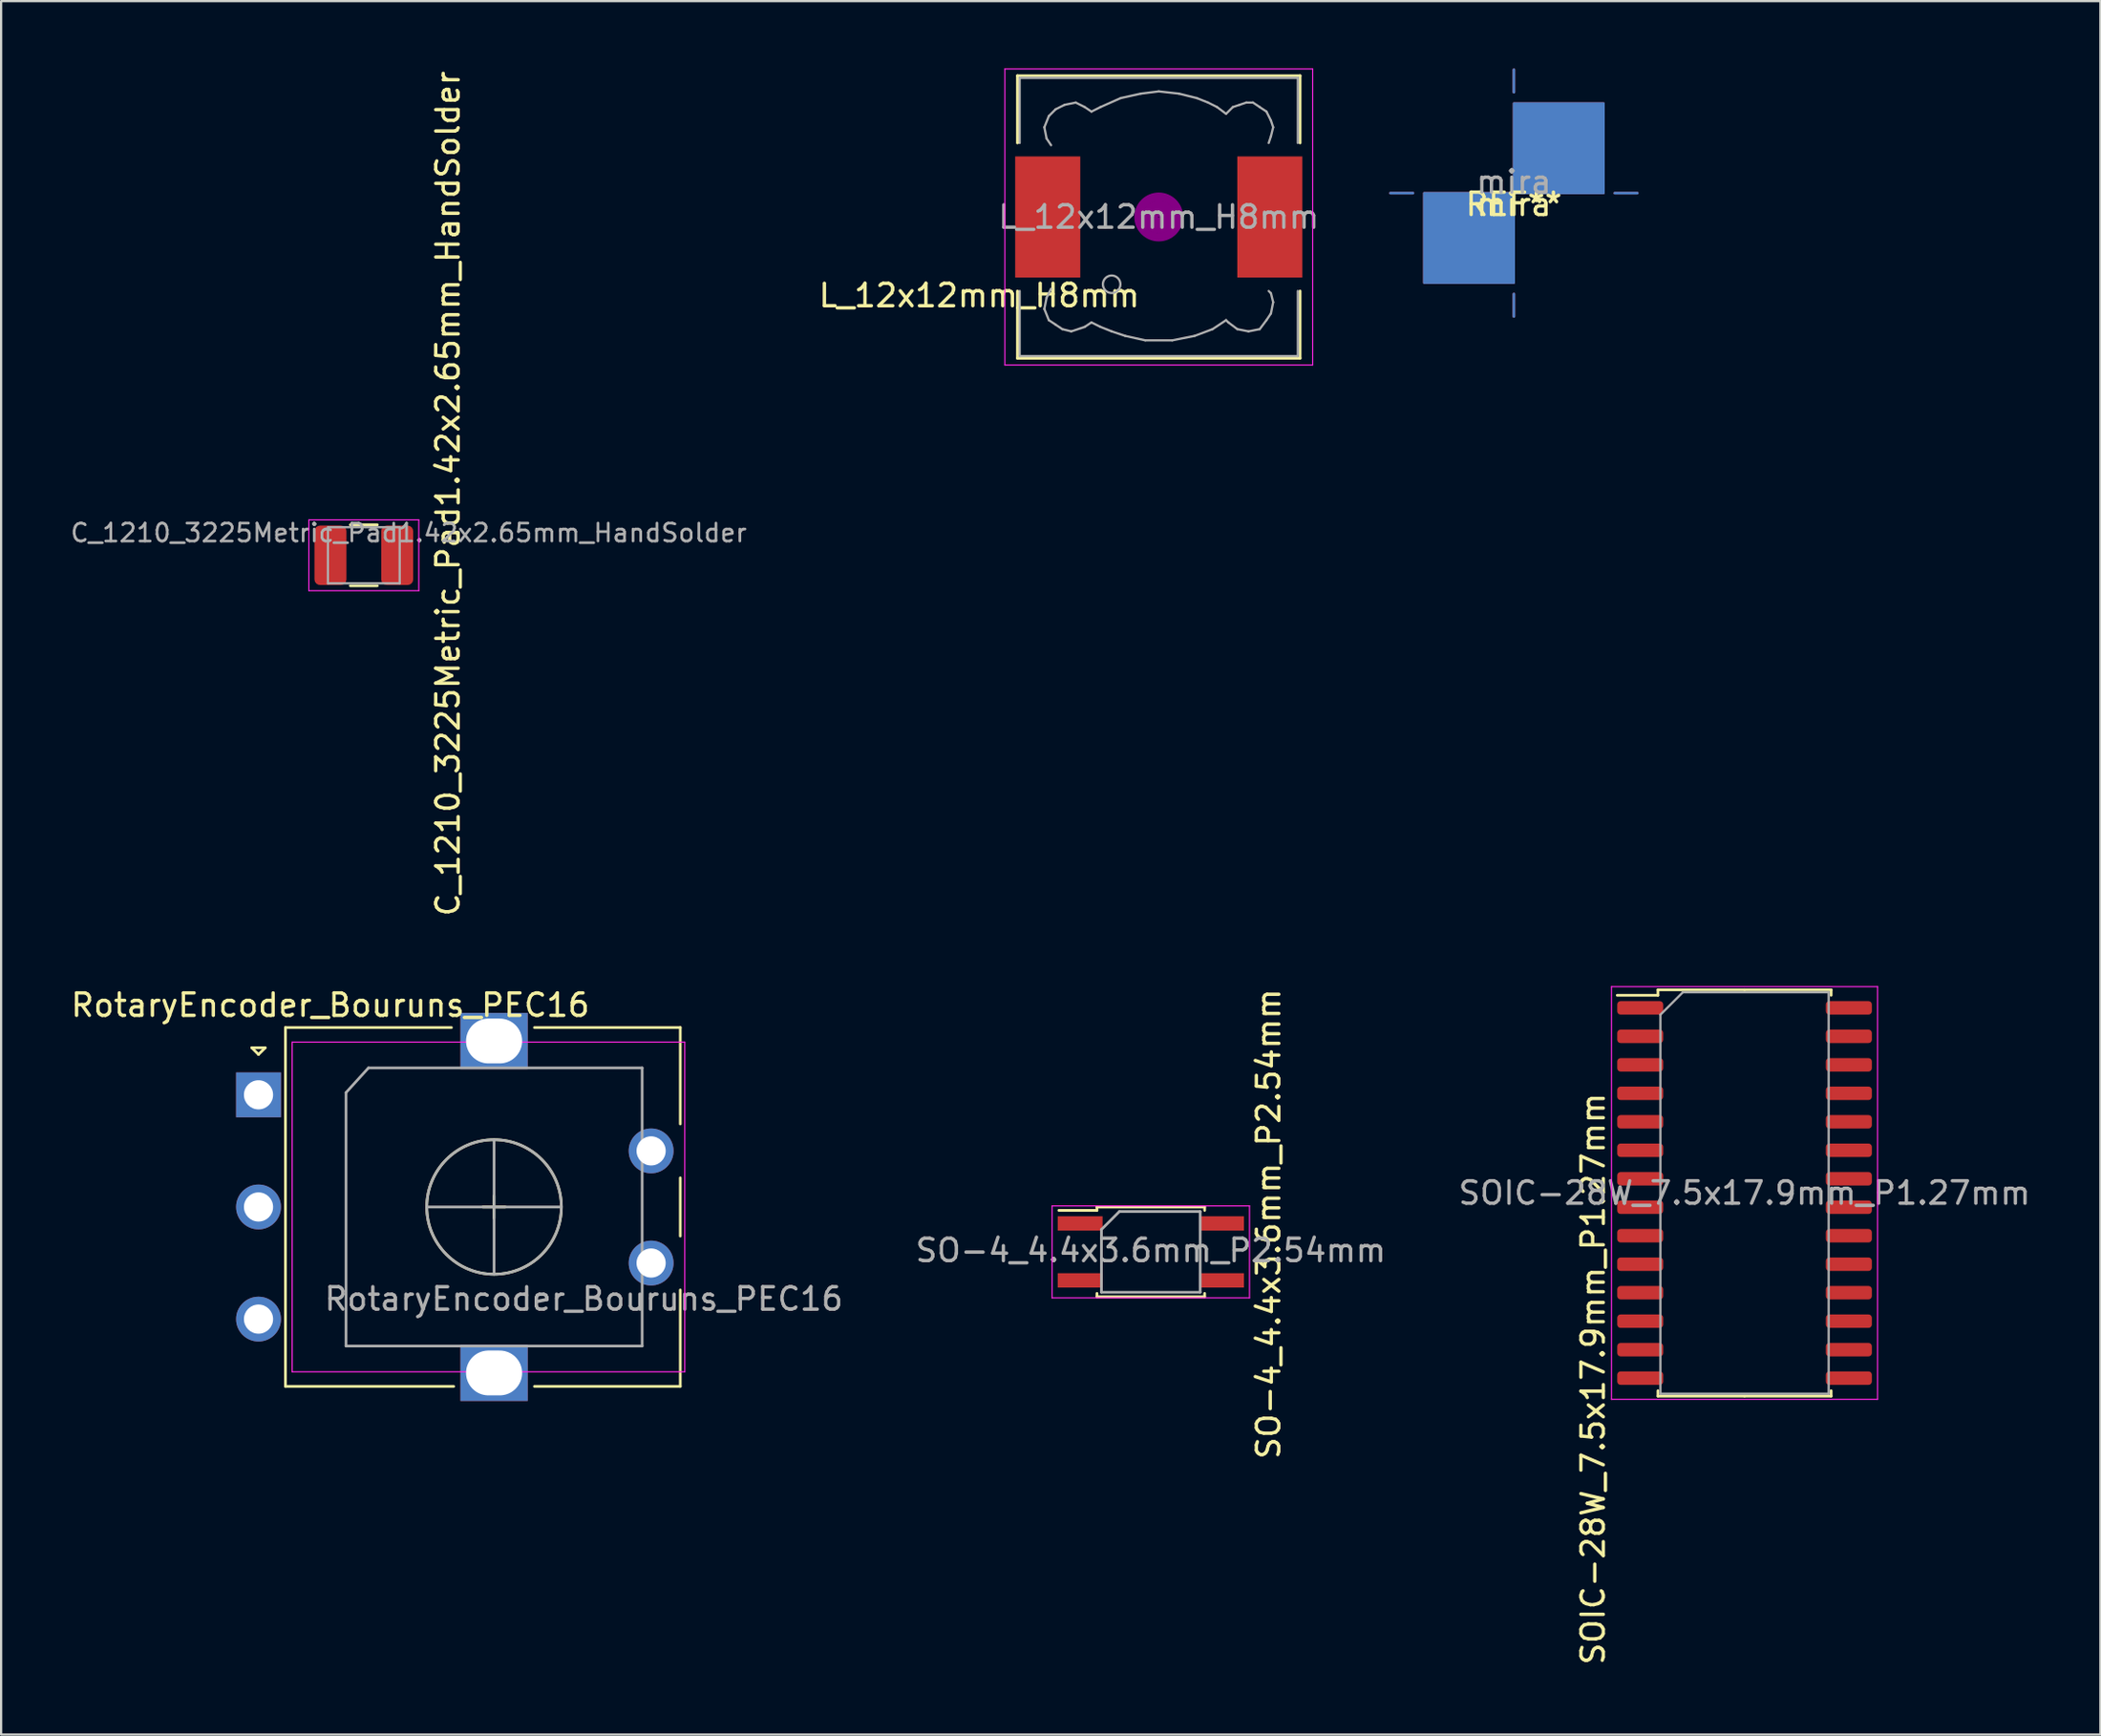
<source format=kicad_pcb>
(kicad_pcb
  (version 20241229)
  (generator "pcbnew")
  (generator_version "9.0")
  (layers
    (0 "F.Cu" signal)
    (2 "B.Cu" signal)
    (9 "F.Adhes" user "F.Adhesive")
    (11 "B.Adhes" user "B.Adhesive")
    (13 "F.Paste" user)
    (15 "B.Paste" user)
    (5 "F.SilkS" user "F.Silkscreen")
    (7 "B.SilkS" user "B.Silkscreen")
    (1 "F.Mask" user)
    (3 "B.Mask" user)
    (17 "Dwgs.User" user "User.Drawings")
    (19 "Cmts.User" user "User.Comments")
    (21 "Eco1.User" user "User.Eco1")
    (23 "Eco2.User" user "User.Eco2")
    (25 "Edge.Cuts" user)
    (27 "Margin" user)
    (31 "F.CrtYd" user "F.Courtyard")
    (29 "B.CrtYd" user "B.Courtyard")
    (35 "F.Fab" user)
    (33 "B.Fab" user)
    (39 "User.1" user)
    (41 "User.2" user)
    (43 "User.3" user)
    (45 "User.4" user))
  (footprint "C_1210_3225Metric_Pad1.42x2.65mm_HandSolder"
    (layer "F.Cu")
    (at 13.167 21.708)
    (property "Reference" "C_1210_3225Metric_Pad1.42x2.65mm_HandSolder" (at 3.75 -2.75 270) (layer "F.SilkS") (effects (font (size 1 1) (thickness 0.15))))
    (attr smd)
    (fp_line (start -0.602 -1.36) (end 0.602 -1.36) (stroke (width 0.12) (type solid)) (layer "F.SilkS"))
    (fp_line (start -0.602 1.36) (end 0.602 1.36) (stroke (width 0.12) (type solid)) (layer "F.SilkS"))
    (fp_line (start -2.45 -1.58) (end 2.45 -1.58) (stroke (width 0.05) (type solid)) (layer "F.CrtYd"))
    (fp_line (start -2.45 1.58) (end -2.45 -1.58) (stroke (width 0.05) (type solid)) (layer "F.CrtYd"))
    (fp_line (start 2.45 -1.58) (end 2.45 1.58) (stroke (width 0.05) (type solid)) (layer "F.CrtYd"))
    (fp_line (start 2.45 1.58) (end -2.45 1.58) (stroke (width 0.05) (type solid)) (layer "F.CrtYd"))
    (fp_line (start -1.6 -1.25) (end 1.6 -1.25) (stroke (width 0.1) (type solid)) (layer "F.Fab"))
    (fp_line (start -1.6 1.25) (end -1.6 -1.25) (stroke (width 0.1) (type solid)) (layer "F.Fab"))
    (fp_line (start 1.6 -1.25) (end 1.6 1.25) (stroke (width 0.1) (type solid)) (layer "F.Fab"))
    (fp_line (start 1.6 1.25) (end -1.6 1.25) (stroke (width 0.1) (type solid)) (layer "F.Fab"))
    (fp_text user "${REFERENCE}" (at 2 -1 180) (layer "F.Fab") (effects (font (size 0.8 0.8) (thickness 0.12))))
    (pad "1" smd roundrect (at -1.488 0) (size 1.425 2.65) (layers "F.Cu" "F.Mask" "F.Paste") (roundrect_rratio 0.175))
    (pad "2" smd roundrect (at 1.488 0) (size 1.425 2.65) (layers "F.Cu" "F.Mask" "F.Paste") (roundrect_rratio 0.175)))
  (footprint "SO-4_4.4x3.6mm_P2.54mm"
    (layer "F.Cu")
    (at 48.246 52.768)
    (property "Reference" "SO-4_4.4x3.6mm_P2.54mm" (at 5.25 -1.25 90) (layer "F.SilkS") (effects (font (size 1 1) (thickness 0.15))))
    (attr smd)
    (fp_line (start -2.4 -2) (end 2.4 -2) (stroke (width 0.12) (type solid)) (layer "F.SilkS"))
    (fp_line (start -2.4 -1.85) (end -4.1 -1.85) (stroke (width 0.12) (type solid)) (layer "F.SilkS"))
    (fp_line (start -2.4 -1.85) (end -2.4 -2) (stroke (width 0.12) (type solid)) (layer "F.SilkS"))
    (fp_line (start -2.4 2) (end -2.4 1.85) (stroke (width 0.12) (type solid)) (layer "F.SilkS"))
    (fp_line (start 2.4 -2) (end 2.4 -1.85) (stroke (width 0.12) (type solid)) (layer "F.SilkS"))
    (fp_line (start 2.4 1.85) (end 2.4 2) (stroke (width 0.12) (type solid)) (layer "F.SilkS"))
    (fp_line (start 2.4 2) (end -2.4 2) (stroke (width 0.12) (type solid)) (layer "F.SilkS"))
    (fp_line (start -4.4 -2.05) (end -4.4 2.05) (stroke (width 0.05) (type solid)) (layer "F.CrtYd"))
    (fp_line (start -4.4 -2.05) (end 4.4 -2.05) (stroke (width 0.05) (type solid)) (layer "F.CrtYd"))
    (fp_line (start 4.4 2.05) (end -4.4 2.05) (stroke (width 0.05) (type solid)) (layer "F.CrtYd"))
    (fp_line (start 4.4 2.05) (end 4.4 -2.05) (stroke (width 0.05) (type solid)) (layer "F.CrtYd"))
    (fp_line (start -2.2 -1) (end -1.4 -1.8) (stroke (width 0.12) (type solid)) (layer "F.Fab"))
    (fp_line (start -2.2 1.8) (end -2.2 -1) (stroke (width 0.12) (type solid)) (layer "F.Fab"))
    (fp_line (start -1.4 -1.8) (end 2.2 -1.8) (stroke (width 0.12) (type solid)) (layer "F.Fab"))
    (fp_line (start 2.2 -1.8) (end 2.2 1.8) (stroke (width 0.12) (type solid)) (layer "F.Fab"))
    (fp_line (start 2.2 1.8) (end -2.2 1.8) (stroke (width 0.12) (type solid)) (layer "F.Fab"))
    (fp_text user "${REFERENCE}" (at 0 -0.065 0) (layer "F.Fab") (effects (font (size 1 1) (thickness 0.15))))
    (pad "1" smd rect (at -3.15 -1.27) (size 2 0.64) (layers "F.Cu" "F.Mask" "F.Paste"))
    (pad "2" smd rect (at -3.15 1.27) (size 2 0.64) (layers "F.Cu" "F.Mask" "F.Paste"))
    (pad "3" smd rect (at 3.15 1.27) (size 2 0.64) (layers "F.Cu" "F.Mask" "F.Paste"))
    (pad "4" smd rect (at 3.15 -1.27) (size 2 0.64) (layers "F.Cu" "F.Mask" "F.Paste")))
  (footprint "SOIC-28W_7.5x17.9mm_P1.27mm"
    (layer "F.Cu")
    (at 74.711 50.142)
    (property "Reference" "SOIC-28W_7.5x17.9mm_P1.27mm" (at -6.75 8.285 270) (layer "F.SilkS") (effects (font (size 1 1) (thickness 0.15))))
    (attr smd)
    (fp_line (start -3.86 -9.06) (end -3.86 -8.815) (stroke (width 0.12) (type solid)) (layer "F.SilkS"))
    (fp_line (start -3.86 -8.815) (end -5.675 -8.815) (stroke (width 0.12) (type solid)) (layer "F.SilkS"))
    (fp_line (start -3.86 9.06) (end -3.86 8.815) (stroke (width 0.12) (type solid)) (layer "F.SilkS"))
    (fp_line (start 0 -9.06) (end -3.86 -9.06) (stroke (width 0.12) (type solid)) (layer "F.SilkS"))
    (fp_line (start 0 -9.06) (end 3.86 -9.06) (stroke (width 0.12) (type solid)) (layer "F.SilkS"))
    (fp_line (start 0 9.06) (end -3.86 9.06) (stroke (width 0.12) (type solid)) (layer "F.SilkS"))
    (fp_line (start 0 9.06) (end 3.86 9.06) (stroke (width 0.12) (type solid)) (layer "F.SilkS"))
    (fp_line (start 3.86 -9.06) (end 3.86 -8.815) (stroke (width 0.12) (type solid)) (layer "F.SilkS"))
    (fp_line (start 3.86 9.06) (end 3.86 8.815) (stroke (width 0.12) (type solid)) (layer "F.SilkS"))
    (fp_line (start -5.93 -9.2) (end -5.93 9.2) (stroke (width 0.05) (type solid)) (layer "F.CrtYd"))
    (fp_line (start -5.93 9.2) (end 5.93 9.2) (stroke (width 0.05) (type solid)) (layer "F.CrtYd"))
    (fp_line (start 5.93 -9.2) (end -5.93 -9.2) (stroke (width 0.05) (type solid)) (layer "F.CrtYd"))
    (fp_line (start 5.93 9.2) (end 5.93 -9.2) (stroke (width 0.05) (type solid)) (layer "F.CrtYd"))
    (fp_line (start -3.75 -7.95) (end -2.75 -8.95) (stroke (width 0.1) (type solid)) (layer "F.Fab"))
    (fp_line (start -3.75 8.95) (end -3.75 -7.95) (stroke (width 0.1) (type solid)) (layer "F.Fab"))
    (fp_line (start -2.75 -8.95) (end 3.75 -8.95) (stroke (width 0.1) (type solid)) (layer "F.Fab"))
    (fp_line (start 3.75 -8.95) (end 3.75 8.95) (stroke (width 0.1) (type solid)) (layer "F.Fab"))
    (fp_line (start 3.75 8.95) (end -3.75 8.95) (stroke (width 0.1) (type solid)) (layer "F.Fab"))
    (fp_text user "${REFERENCE}" (at 0 0 180) (layer "F.Fab") (effects (font (size 1 1) (thickness 0.15))))
    (pad "1" smd roundrect (at -4.65 -8.255) (size 2.05 0.6) (layers "F.Cu" "F.Mask" "F.Paste") (roundrect_rratio 0.25))
    (pad "2" smd roundrect (at -4.65 -6.985) (size 2.05 0.6) (layers "F.Cu" "F.Mask" "F.Paste") (roundrect_rratio 0.25))
    (pad "3" smd roundrect (at -4.65 -5.715) (size 2.05 0.6) (layers "F.Cu" "F.Mask" "F.Paste") (roundrect_rratio 0.25))
    (pad "4" smd roundrect (at -4.65 -4.445) (size 2.05 0.6) (layers "F.Cu" "F.Mask" "F.Paste") (roundrect_rratio 0.25))
    (pad "5" smd roundrect (at -4.65 -3.175) (size 2.05 0.6) (layers "F.Cu" "F.Mask" "F.Paste") (roundrect_rratio 0.25))
    (pad "6" smd roundrect (at -4.65 -1.905) (size 2.05 0.6) (layers "F.Cu" "F.Mask" "F.Paste") (roundrect_rratio 0.25))
    (pad "7" smd roundrect (at -4.65 -0.635) (size 2.05 0.6) (layers "F.Cu" "F.Mask" "F.Paste") (roundrect_rratio 0.25))
    (pad "8" smd roundrect (at -4.65 0.635) (size 2.05 0.6) (layers "F.Cu" "F.Mask" "F.Paste") (roundrect_rratio 0.25))
    (pad "9" smd roundrect (at -4.65 1.905) (size 2.05 0.6) (layers "F.Cu" "F.Mask" "F.Paste") (roundrect_rratio 0.25))
    (pad "10" smd roundrect (at -4.65 3.175) (size 2.05 0.6) (layers "F.Cu" "F.Mask" "F.Paste") (roundrect_rratio 0.25))
    (pad "11" smd roundrect (at -4.65 4.445) (size 2.05 0.6) (layers "F.Cu" "F.Mask" "F.Paste") (roundrect_rratio 0.25))
    (pad "12" smd roundrect (at -4.65 5.715) (size 2.05 0.6) (layers "F.Cu" "F.Mask" "F.Paste") (roundrect_rratio 0.25))
    (pad "13" smd roundrect (at -4.65 6.985) (size 2.05 0.6) (layers "F.Cu" "F.Mask" "F.Paste") (roundrect_rratio 0.25))
    (pad "14" smd roundrect (at -4.65 8.255) (size 2.05 0.6) (layers "F.Cu" "F.Mask" "F.Paste") (roundrect_rratio 0.25))
    (pad "15" smd roundrect (at 4.65 8.255) (size 2.05 0.6) (layers "F.Cu" "F.Mask" "F.Paste") (roundrect_rratio 0.25))
    (pad "16" smd roundrect (at 4.65 6.985) (size 2.05 0.6) (layers "F.Cu" "F.Mask" "F.Paste") (roundrect_rratio 0.25))
    (pad "17" smd roundrect (at 4.65 5.715) (size 2.05 0.6) (layers "F.Cu" "F.Mask" "F.Paste") (roundrect_rratio 0.25))
    (pad "18" smd roundrect (at 4.65 4.445) (size 2.05 0.6) (layers "F.Cu" "F.Mask" "F.Paste") (roundrect_rratio 0.25))
    (pad "19" smd roundrect (at 4.65 3.175) (size 2.05 0.6) (layers "F.Cu" "F.Mask" "F.Paste") (roundrect_rratio 0.25))
    (pad "20" smd roundrect (at 4.65 1.905) (size 2.05 0.6) (layers "F.Cu" "F.Mask" "F.Paste") (roundrect_rratio 0.25))
    (pad "21" smd roundrect (at 4.65 0.635) (size 2.05 0.6) (layers "F.Cu" "F.Mask" "F.Paste") (roundrect_rratio 0.25))
    (pad "22" smd roundrect (at 4.65 -0.635) (size 2.05 0.6) (layers "F.Cu" "F.Mask" "F.Paste") (roundrect_rratio 0.25))
    (pad "23" smd roundrect (at 4.65 -1.905) (size 2.05 0.6) (layers "F.Cu" "F.Mask" "F.Paste") (roundrect_rratio 0.25))
    (pad "24" smd roundrect (at 4.65 -3.175) (size 2.05 0.6) (layers "F.Cu" "F.Mask" "F.Paste") (roundrect_rratio 0.25))
    (pad "25" smd roundrect (at 4.65 -4.445) (size 2.05 0.6) (layers "F.Cu" "F.Mask" "F.Paste") (roundrect_rratio 0.25))
    (pad "26" smd roundrect (at 4.65 -5.715) (size 2.05 0.6) (layers "F.Cu" "F.Mask" "F.Paste") (roundrect_rratio 0.25))
    (pad "27" smd roundrect (at 4.65 -6.985) (size 2.05 0.6) (layers "F.Cu" "F.Mask" "F.Paste") (roundrect_rratio 0.25))
    (pad "28" smd roundrect (at 4.65 -8.255) (size 2.05 0.6) (layers "F.Cu" "F.Mask" "F.Paste") (roundrect_rratio 0.25)))
  (footprint "L_12x12mm_H8mm"
    (layer "F.Cu")
    (at 48.601 6.625)
    (property "Reference" "L_12x12mm_H8mm" (at -8 3.5 0) (layer "F.SilkS") (effects (font (size 1 1) (thickness 0.15))))
    (attr smd)
    (fp_line (start -6.3 -6.3) (end 6.3 -6.3) (stroke (width 0.12) (type solid)) (layer "F.SilkS"))
    (fp_line (start -6.3 -3.3) (end -6.3 -6.3) (stroke (width 0.12) (type solid)) (layer "F.SilkS"))
    (fp_line (start -6.3 6.3) (end -6.3 3.3) (stroke (width 0.12) (type solid)) (layer "F.SilkS"))
    (fp_line (start 6.3 -6.3) (end 6.3 -3.3) (stroke (width 0.12) (type solid)) (layer "F.SilkS"))
    (fp_line (start 6.3 3.3) (end 6.3 6.3) (stroke (width 0.12) (type solid)) (layer "F.SilkS"))
    (fp_line (start 6.3 6.3) (end -6.3 6.3) (stroke (width 0.12) (type solid)) (layer "F.SilkS"))
    (fp_circle (center 0 0) (end 0.15 0.15) (stroke (width 0.38) (type solid)) (fill no) (layer "F.Adhes"))
    (fp_circle (center 0 0) (end 0.55 0) (stroke (width 0.38) (type solid)) (fill no) (layer "F.Adhes"))
    (fp_circle (center 0 0) (end 0.9 0) (stroke (width 0.38) (type solid)) (fill no) (layer "F.Adhes"))
    (fp_line (start -6.86 -6.6) (end 6.86 -6.6) (stroke (width 0.05) (type solid)) (layer "F.CrtYd"))
    (fp_line (start -6.86 6.6) (end -6.86 -6.6) (stroke (width 0.05) (type solid)) (layer "F.CrtYd"))
    (fp_line (start 6.86 -6.6) (end 6.86 6.6) (stroke (width 0.05) (type solid)) (layer "F.CrtYd"))
    (fp_line (start 6.86 6.6) (end -6.86 6.6) (stroke (width 0.05) (type solid)) (layer "F.CrtYd"))
    (fp_line (start -6.2 -6.2) (end -6.2 -3.3) (stroke (width 0.1) (type solid)) (layer "F.Fab"))
    (fp_line (start -6.2 3.3) (end -6.2 6.2) (stroke (width 0.1) (type solid)) (layer "F.Fab"))
    (fp_line (start -6.2 6.2) (end 6.2 6.2) (stroke (width 0.1) (type solid)) (layer "F.Fab"))
    (fp_line (start -5.1 -4) (end -5 -3.5) (stroke (width 0.1) (type solid)) (layer "F.Fab"))
    (fp_line (start -5.1 4.1) (end -5 3.6) (stroke (width 0.1) (type solid)) (layer "F.Fab"))
    (fp_line (start -5 -3.5) (end -4.8 -3.2) (stroke (width 0.1) (type solid)) (layer "F.Fab"))
    (fp_line (start -5 3.6) (end -4.8 3.2) (stroke (width 0.1) (type solid)) (layer "F.Fab"))
    (fp_line (start -4.9 -4.5) (end -5.1 -4) (stroke (width 0.1) (type solid)) (layer "F.Fab"))
    (fp_line (start -4.9 4.6) (end -5.1 4.1) (stroke (width 0.1) (type solid)) (layer "F.Fab"))
    (fp_line (start -4.6 -4.8) (end -4.9 -4.5) (stroke (width 0.1) (type solid)) (layer "F.Fab"))
    (fp_line (start -4.6 4.8) (end -4.9 4.6) (stroke (width 0.1) (type solid)) (layer "F.Fab"))
    (fp_line (start -4.3 5) (end -4.6 4.8) (stroke (width 0.1) (type solid)) (layer "F.Fab"))
    (fp_line (start -4.2 -5) (end -4.6 -4.8) (stroke (width 0.1) (type solid)) (layer "F.Fab"))
    (fp_line (start -3.9 5.1) (end -4.3 5) (stroke (width 0.1) (type solid)) (layer "F.Fab"))
    (fp_line (start -3.7 -5.1) (end -4.2 -5) (stroke (width 0.1) (type solid)) (layer "F.Fab"))
    (fp_line (start -3.3 -4.9) (end -3.7 -5.1) (stroke (width 0.1) (type solid)) (layer "F.Fab"))
    (fp_line (start -3.3 4.9) (end -3.9 5.1) (stroke (width 0.1) (type solid)) (layer "F.Fab"))
    (fp_line (start -3 -4.7) (end -3.3 -4.9) (stroke (width 0.1) (type solid)) (layer "F.Fab"))
    (fp_line (start -3 4.7) (end -3.3 4.9) (stroke (width 0.1) (type solid)) (layer "F.Fab"))
    (fp_line (start -2.6 -4.9) (end -3 -4.7) (stroke (width 0.1) (type solid)) (layer "F.Fab"))
    (fp_line (start -2.6 4.9) (end -3 4.7) (stroke (width 0.1) (type solid)) (layer "F.Fab"))
    (fp_line (start -2.1 5.1) (end -2.6 4.9) (stroke (width 0.1) (type solid)) (layer "F.Fab"))
    (fp_line (start -1.7 -5.3) (end -2.6 -4.9) (stroke (width 0.1) (type solid)) (layer "F.Fab"))
    (fp_line (start -1.5 5.3) (end -2.1 5.1) (stroke (width 0.1) (type solid)) (layer "F.Fab"))
    (fp_line (start -0.8 -5.5) (end -1.7 -5.3) (stroke (width 0.1) (type solid)) (layer "F.Fab"))
    (fp_line (start -0.6 5.5) (end -1.5 5.3) (stroke (width 0.1) (type solid)) (layer "F.Fab"))
    (fp_line (start 0 -5.6) (end -0.8 -5.5) (stroke (width 0.1) (type solid)) (layer "F.Fab"))
    (fp_line (start 0.6 5.5) (end -0.6 5.5) (stroke (width 0.1) (type solid)) (layer "F.Fab"))
    (fp_line (start 0.9 -5.5) (end 0 -5.6) (stroke (width 0.1) (type solid)) (layer "F.Fab"))
    (fp_line (start 1.6 5.3) (end 0.6 5.5) (stroke (width 0.1) (type solid)) (layer "F.Fab"))
    (fp_line (start 1.7 -5.3) (end 0.9 -5.5) (stroke (width 0.1) (type solid)) (layer "F.Fab"))
    (fp_line (start 2.2 -5.1) (end 1.7 -5.3) (stroke (width 0.1) (type solid)) (layer "F.Fab"))
    (fp_line (start 2.4 5) (end 1.6 5.3) (stroke (width 0.1) (type solid)) (layer "F.Fab"))
    (fp_line (start 2.6 -4.9) (end 2.2 -5.1) (stroke (width 0.1) (type solid)) (layer "F.Fab"))
    (fp_line (start 3 -4.6) (end 2.6 -4.9) (stroke (width 0.1) (type solid)) (layer "F.Fab"))
    (fp_line (start 3 4.6) (end 2.4 5) (stroke (width 0.1) (type solid)) (layer "F.Fab"))
    (fp_line (start 3.1 4.7) (end 3 4.6) (stroke (width 0.1) (type solid)) (layer "F.Fab"))
    (fp_line (start 3.3 -4.9) (end 3 -4.6) (stroke (width 0.1) (type solid)) (layer "F.Fab"))
    (fp_line (start 3.5 5) (end 3.1 4.7) (stroke (width 0.1) (type solid)) (layer "F.Fab"))
    (fp_line (start 3.6 -5) (end 3.3 -4.9) (stroke (width 0.1) (type solid)) (layer "F.Fab"))
    (fp_line (start 3.9 -5.1) (end 3.6 -5) (stroke (width 0.1) (type solid)) (layer "F.Fab"))
    (fp_line (start 4 5.1) (end 3.5 5) (stroke (width 0.1) (type solid)) (layer "F.Fab"))
    (fp_line (start 4.2 -5.1) (end 3.9 -5.1) (stroke (width 0.1) (type solid)) (layer "F.Fab"))
    (fp_line (start 4.5 -4.9) (end 4.2 -5.1) (stroke (width 0.1) (type solid)) (layer "F.Fab"))
    (fp_line (start 4.5 5) (end 4 5.1) (stroke (width 0.1) (type solid)) (layer "F.Fab"))
    (fp_line (start 4.8 -4.7) (end 4.5 -4.9) (stroke (width 0.1) (type solid)) (layer "F.Fab"))
    (fp_line (start 4.8 4.6) (end 4.5 5) (stroke (width 0.1) (type solid)) (layer "F.Fab"))
    (fp_line (start 4.9 -3.3) (end 5 -3.6) (stroke (width 0.1) (type solid)) (layer "F.Fab"))
    (fp_line (start 4.9 3.3) (end 5 3.4) (stroke (width 0.1) (type solid)) (layer "F.Fab"))
    (fp_line (start 5 -4.3) (end 4.8 -4.7) (stroke (width 0.1) (type solid)) (layer "F.Fab"))
    (fp_line (start 5 -3.6) (end 5.1 -4) (stroke (width 0.1) (type solid)) (layer "F.Fab"))
    (fp_line (start 5 3.4) (end 5.1 3.8) (stroke (width 0.1) (type solid)) (layer "F.Fab"))
    (fp_line (start 5 4.3) (end 4.8 4.6) (stroke (width 0.1) (type solid)) (layer "F.Fab"))
    (fp_line (start 5.1 -4) (end 5 -4.3) (stroke (width 0.1) (type solid)) (layer "F.Fab"))
    (fp_line (start 5.1 3.8) (end 5 4.3) (stroke (width 0.1) (type solid)) (layer "F.Fab"))
    (fp_line (start 6.2 -6.2) (end -6.2 -6.2) (stroke (width 0.1) (type solid)) (layer "F.Fab"))
    (fp_line (start 6.2 -6.2) (end 6.2 -3.3) (stroke (width 0.1) (type solid)) (layer "F.Fab"))
    (fp_line (start 6.2 6.2) (end 6.2 3.3) (stroke (width 0.1) (type solid)) (layer "F.Fab"))
    (fp_circle (center -2.1 3) (end -1.8 3.25) (stroke (width 0.1) (type solid)) (fill no) (layer "F.Fab"))
    (fp_text user "${REFERENCE}" (at 0 0 0) (layer "F.Fab") (effects (font (size 1 1) (thickness 0.15))))
    (pad "1" smd rect (at -4.95 0) (size 2.9 5.4) (layers "F.Cu" "F.Mask" "F.Paste"))
    (pad "2" smd rect (at 4.95 0) (size 2.9 5.4) (layers "F.Cu" "F.Mask" "F.Paste")))
  (footprint "mira"
    (layer "F.Cu")
    (at 64.429 5.56)
    (property "Reference" "mira" (at 0 0.5 0) (layer "F.SilkS") (effects (font (size 1 1) (thickness 0.15))))
    (attr through_hole)
    (fp_line (start -4.5 0) (end -5.5 0) (stroke (width 0.12) (type solid)) (layer "F.Cu"))
    (fp_line (start 0 -4.5) (end 0 -5.5) (stroke (width 0.12) (type solid)) (layer "F.Cu"))
    (fp_line (start 0 4.5) (end 0 5.5) (stroke (width 0.12) (type solid)) (layer "F.Cu"))
    (fp_line (start 4.5 0) (end 5.5 0) (stroke (width 0.12) (type solid)) (layer "F.Cu"))
    (fp_poly (pts (xy -4 0) (xy 0 0) (xy 0 4) (xy -4 4)) (stroke (width 0.1) (type solid)) (fill yes) (layer "F.Cu"))
    (fp_poly (pts (xy 4 0) (xy 0 0) (xy 0 -4) (xy 4 -4)) (stroke (width 0.1) (type solid)) (fill yes) (layer "F.Cu"))
    (fp_line (start -4.5 0) (end -5.5 0) (stroke (width 0.12) (type solid)) (layer "B.Cu"))
    (fp_line (start 0 -4.5) (end 0 -5.5) (stroke (width 0.12) (type solid)) (layer "B.Cu"))
    (fp_line (start 0 4.5) (end 0 5.5) (stroke (width 0.12) (type solid)) (layer "B.Cu"))
    (fp_line (start 4.5 0) (end 5.5 0) (stroke (width 0.12) (type solid)) (layer "B.Cu"))
    (fp_poly (pts (xy -4 0) (xy 0 0) (xy 0 4) (xy -4 4)) (stroke (width 0.1) (type solid)) (fill yes) (layer "B.Cu"))
    (fp_poly (pts (xy 4 0) (xy 0 0) (xy 0 -4) (xy 4 -4)) (stroke (width 0.1) (type solid)) (fill yes) (layer "B.Cu"))
    (fp_text user "REF**" (at 0 0.5 0) (layer "F.SilkS") (effects (font (size 1 1) (thickness 0.15))))
    (fp_text user "mira" (at 0 -0.5 0) (layer "F.Fab") (effects (font (size 1 1) (thickness 0.15)))))
  (footprint "RotaryEncoder_Bouruns_PEC16"
    (layer "F.Cu")
    (at 18.973 50.765)
    (property "Reference" "RotaryEncoder_Bouruns_PEC16" (at -7.3 -9 0) (layer "F.SilkS") (effects (font (size 1 1) (thickness 0.15))))
    (attr through_hole)
    (fp_line (start -10.8 -7.1) (end -10.2 -7.1) (stroke (width 0.12) (type solid)) (layer "F.SilkS"))
    (fp_line (start -10.5 -6.8) (end -10.8 -7.1) (stroke (width 0.12) (type solid)) (layer "F.SilkS"))
    (fp_line (start -10.2 -7.1) (end -10.5 -6.8) (stroke (width 0.12) (type solid)) (layer "F.SilkS"))
    (fp_line (start -9.3 8) (end -9.3 -8) (stroke (width 0.12) (type solid)) (layer "F.SilkS"))
    (fp_line (start -1.9 -8) (end -9.3 -8) (stroke (width 0.12) (type solid)) (layer "F.SilkS"))
    (fp_line (start -1.8 8) (end -9.3 8) (stroke (width 0.12) (type solid)) (layer "F.SilkS"))
    (fp_line (start -0.5 0) (end 0.5 0) (stroke (width 0.12) (type solid)) (layer "F.SilkS"))
    (fp_line (start 0 -0.5) (end 0 0.5) (stroke (width 0.12) (type solid)) (layer "F.SilkS"))
    (fp_line (start 1.8 -8) (end 8.3 -8) (stroke (width 0.12) (type solid)) (layer "F.SilkS"))
    (fp_line (start 8.3 -8) (end 8.3 -3.7) (stroke (width 0.12) (type solid)) (layer "F.SilkS"))
    (fp_line (start 8.3 -1.3) (end 8.3 1.3) (stroke (width 0.12) (type solid)) (layer "F.SilkS"))
    (fp_line (start 8.3 3.7) (end 8.3 8) (stroke (width 0.12) (type solid)) (layer "F.SilkS"))
    (fp_line (start 8.3 8) (end 1.8 8) (stroke (width 0.12) (type solid)) (layer "F.SilkS"))
    (fp_circle (center 0 0) (end 3 0) (stroke (width 0.12) (type solid)) (fill no) (layer "F.SilkS"))
    (fp_line (start -9 -7.35) (end -9 7.35) (stroke (width 0.05) (type solid)) (layer "F.CrtYd"))
    (fp_line (start -9 -7.35) (end 8.5 -7.35) (stroke (width 0.05) (type solid)) (layer "F.CrtYd"))
    (fp_line (start 8.5 7.35) (end -9 7.35) (stroke (width 0.05) (type solid)) (layer "F.CrtYd"))
    (fp_line (start 8.5 7.35) (end 8.5 -7.35) (stroke (width 0.05) (type solid)) (layer "F.CrtYd"))
    (fp_line (start -6.6 -5.1) (end -5.6 -6.2) (stroke (width 0.12) (type solid)) (layer "F.Fab"))
    (fp_line (start -6.6 6.2) (end -6.6 -5.1) (stroke (width 0.12) (type solid)) (layer "F.Fab"))
    (fp_line (start -5.6 -6.2) (end 6.6 -6.2) (stroke (width 0.12) (type solid)) (layer "F.Fab"))
    (fp_line (start -3 0) (end 3 0) (stroke (width 0.12) (type solid)) (layer "F.Fab"))
    (fp_line (start 0 -3) (end 0 3) (stroke (width 0.12) (type solid)) (layer "F.Fab"))
    (fp_line (start 6.6 -6.2) (end 6.6 6.2) (stroke (width 0.12) (type solid)) (layer "F.Fab"))
    (fp_line (start 6.6 6.2) (end -6.6 6.2) (stroke (width 0.12) (type solid)) (layer "F.Fab"))
    (fp_circle (center 0 0) (end 3 0) (stroke (width 0.12) (type solid)) (fill no) (layer "F.Fab"))
    (fp_text user "${REFERENCE}" (at 4 4.1 0) (layer "F.Fab") (effects (font (size 1 1) (thickness 0.15))))
    (pad "A" thru_hole rect (at -10.5 -5) (size 2 2) (drill 1.3) (layers "*.Cu" "*.Mask"))
    (pad "B" thru_hole circle (at -10.5 0) (size 2 2) (drill 1.3) (layers "*.Cu" "*.Mask"))
    (pad "C" thru_hole circle (at -10.5 5) (size 2 2) (drill 1.3) (layers "*.Cu" "*.Mask"))
    (pad "MP" thru_hole rect (at 0 -7.4) (size 3 2.5) (drill oval 2.5 2) (layers "*.Cu" "*.Mask"))
    (pad "MP" thru_hole rect (at 0 7.4) (size 3 2.5) (drill oval 2.5 2) (layers "*.Cu" "*.Mask"))
    (pad "S1" thru_hole circle (at 7 -2.5) (size 2 2) (drill 1.3) (layers "*.Cu" "*.Mask"))
    (pad "S2" thru_hole circle (at 7 2.5) (size 2 2) (drill 1.3) (layers "*.Cu" "*.Mask")))
  (gr_rect
    (start -3 -3)
    (end 90.574 74.29)
    (stroke (width 0.1) (type default))
    (fill no)
    (layer "Edge.Cuts")))
</source>
